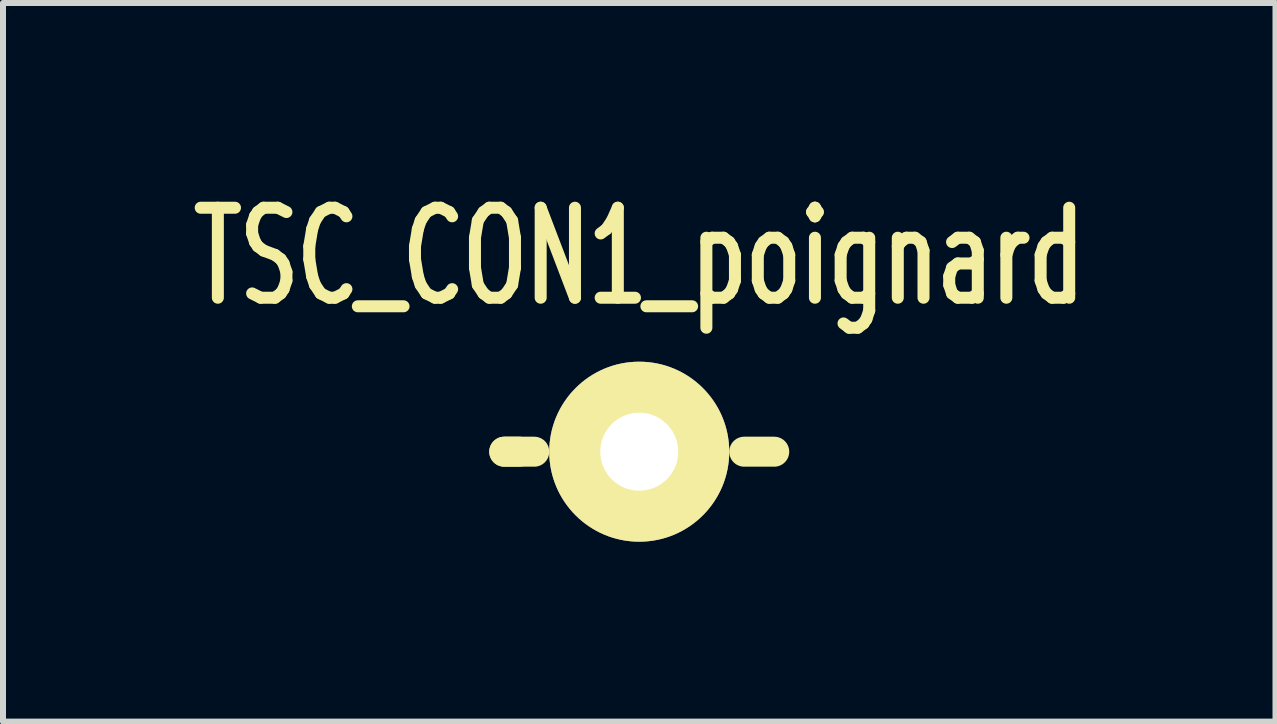
<source format=kicad_pcb>
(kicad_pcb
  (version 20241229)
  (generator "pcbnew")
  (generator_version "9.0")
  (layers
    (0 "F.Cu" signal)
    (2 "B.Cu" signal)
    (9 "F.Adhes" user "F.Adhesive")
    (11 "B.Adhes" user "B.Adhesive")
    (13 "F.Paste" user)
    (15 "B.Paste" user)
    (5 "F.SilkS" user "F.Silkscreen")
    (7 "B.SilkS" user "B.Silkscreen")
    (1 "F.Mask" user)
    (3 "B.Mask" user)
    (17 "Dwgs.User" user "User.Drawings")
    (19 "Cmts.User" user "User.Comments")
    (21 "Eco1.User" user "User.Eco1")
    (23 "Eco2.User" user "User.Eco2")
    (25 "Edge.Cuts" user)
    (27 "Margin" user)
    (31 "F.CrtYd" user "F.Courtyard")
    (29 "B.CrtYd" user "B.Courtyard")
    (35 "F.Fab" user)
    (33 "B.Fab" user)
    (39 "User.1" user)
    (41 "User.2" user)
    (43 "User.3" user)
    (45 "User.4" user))
  (footprint "TSC_CON1_poignard"
    (layer "F.Cu")
    (at 7.605 4.479)
    (property "Reference" "TSC_CON1_poignard" (at 0 -3.25 0) (layer "F.SilkS") (effects (font (size 1.5 1) (thickness 0.2))))
    (attr through_hole)
    (fp_line (start -2.25 0) (end -2 0) (stroke (width 0.5) (type solid)) (layer "F.SilkS"))
    (fp_line (start -1.75 0) (end -2.25 0) (stroke (width 0.5) (type solid)) (layer "F.SilkS"))
    (fp_line (start 1.75 0) (end 2.25 0) (stroke (width 0.5) (type solid)) (layer "F.SilkS"))
    (pad "1" thru_hole circle (at 0 0) (size 3 3) (drill 1.3) (layers "*.Cu" "*.Mask" "F.SilkS")))
  (gr_rect
    (start -3 -3)
    (end 18.21 8.978)
    (stroke (width 0.1) (type default))
    (fill no)
    (layer "Edge.Cuts")))
</source>
